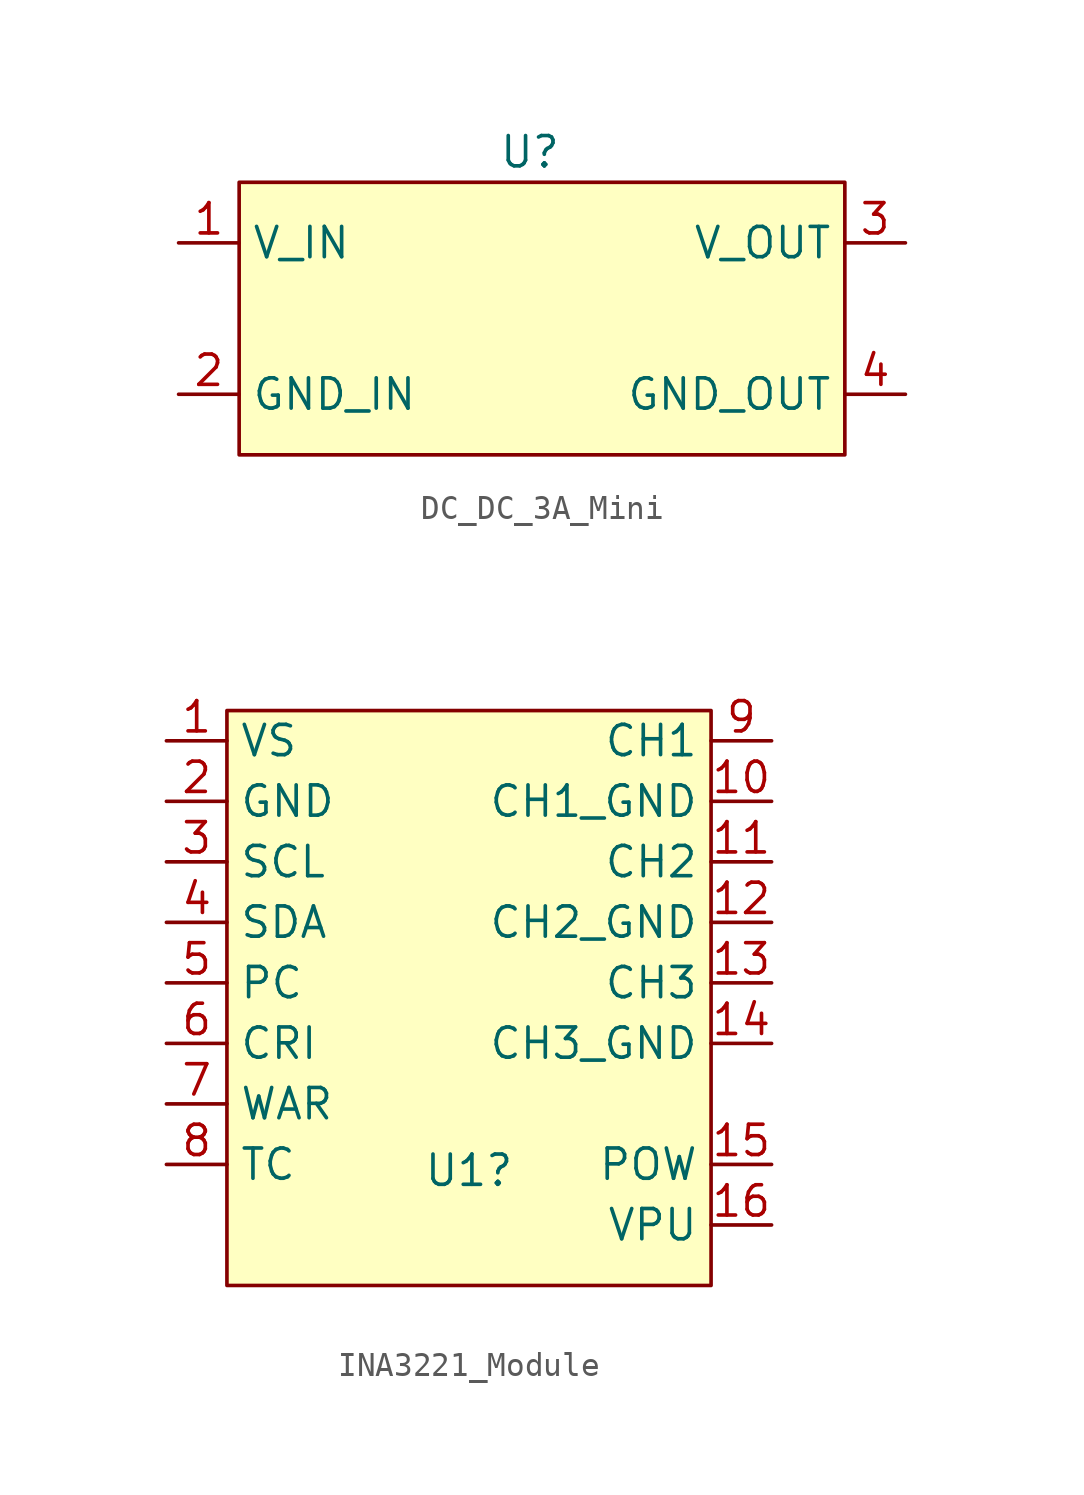
<source format=kicad_sym>
(kicad_symbol_lib
  (version 20241209)
  (generator "kicad_symbol_editor")
  (generator_version "9.0")
  (symbol "DC_DC_3A_Mini"
    (property "Reference" "U"
      (at -0.508 8.89 0)
      (effects (font (size 1.27 1.27))))
    (property "Value" ""
      (at 0 0 0)
      (effects (font (size 1.27 1.27))))
    (symbol "DC_DC_3A_Mini_1_1"
      (rectangle (start -12.7 7.62) (end 12.7 -3.81) (stroke (width 0) (type solid)) (fill (type background)))
      (pin input line (at -15.24 5.08 0) (length 2.54) (name "V_IN" (effects (font (size 1.27 1.27)))) (number "1" (effects (font (size 1.27 1.27)))))
      (pin bidirectional line (at -15.24 -1.27 0) (length 2.54) (name "GND_IN" (effects (font (size 1.27 1.27)))) (number "2" (effects (font (size 1.27 1.27)))))
      (pin output line (at 15.24 5.08 180) (length 2.54) (name "V_OUT" (effects (font (size 1.27 1.27)))) (number "3" (effects (font (size 1.27 1.27)))))
      (pin bidirectional line (at 15.24 -1.27 180) (length 2.54) (name "GND_OUT" (effects (font (size 1.27 1.27)))) (number "4" (effects (font (size 1.27 1.27)))))))
  (symbol "INA3221_Module"
    (property "Reference" "U1"
      (at 0 -4.064 0)
      (effects (font (size 1.27 1.27))))
    (symbol "INA3221_Module_1_1"
      (rectangle (start -10.16 15.24) (end 10.16 -8.89) (stroke (width 0) (type default)) (fill (type background)))
      (pin input line (at -12.7 13.97 0) (length 2.54) (name "VS" (effects (font (size 1.27 1.27)))) (number "1" (effects (font (size 1.27 1.27)))))
      (pin input line (at -12.7 11.43 0) (length 2.54) (name "GND" (effects (font (size 1.27 1.27)))) (number "2" (effects (font (size 1.27 1.27)))))
      (pin bidirectional line (at -12.7 8.89 0) (length 2.54) (name "SCL" (effects (font (size 1.27 1.27)))) (number "3" (effects (font (size 1.27 1.27)))))
      (pin bidirectional line (at -12.7 6.35 0) (length 2.54) (name "SDA" (effects (font (size 1.27 1.27)))) (number "4" (effects (font (size 1.27 1.27)))))
      (pin output line (at -12.7 3.81 0) (length 2.54) (name "PC" (effects (font (size 1.27 1.27)))) (number "5" (effects (font (size 1.27 1.27)))))
      (pin output line (at -12.7 1.27 0) (length 2.54) (name "CRI" (effects (font (size 1.27 1.27)))) (number "6" (effects (font (size 1.27 1.27)))))
      (pin output line (at -12.7 -1.27 0) (length 2.54) (name "WAR" (effects (font (size 1.27 1.27)))) (number "7" (effects (font (size 1.27 1.27)))))
      (pin output line (at -12.7 -3.81 0) (length 2.54) (name "TC" (effects (font (size 1.27 1.27)))) (number "8" (effects (font (size 1.27 1.27)))))
      (pin output line (at 12.7 13.97 180) (length 2.54) (name "CH1" (effects (font (size 1.27 1.27)))) (number "9" (effects (font (size 1.27 1.27)))))
      (pin output line (at 12.7 11.43 180) (length 2.54) (name "CH1_GND" (effects (font (size 1.27 1.27)))) (number "10" (effects (font (size 1.27 1.27)))))
      (pin output line (at 12.7 8.89 180) (length 2.54) (name "CH2" (effects (font (size 1.27 1.27)))) (number "11" (effects (font (size 1.27 1.27)))))
      (pin output line (at 12.7 6.35 180) (length 2.54) (name "CH2_GND" (effects (font (size 1.27 1.27)))) (number "12" (effects (font (size 1.27 1.27)))))
      (pin output line (at 12.7 3.81 180) (length 2.54) (name "CH3" (effects (font (size 1.27 1.27)))) (number "13" (effects (font (size 1.27 1.27)))))
      (pin output line (at 12.7 1.27 180) (length 2.54) (name "CH3_GND" (effects (font (size 1.27 1.27)))) (number "14" (effects (font (size 1.27 1.27)))))
      (pin input line (at 12.7 -3.81 180) (length 2.54) (name "POW" (effects (font (size 1.27 1.27)))) (number "15" (effects (font (size 1.27 1.27)))))
      (pin input line (at 12.7 -6.35 180) (length 2.54) (name "VPU" (effects (font (size 1.27 1.27)))) (number "16" (effects (font (size 1.27 1.27))))))))
</source>
